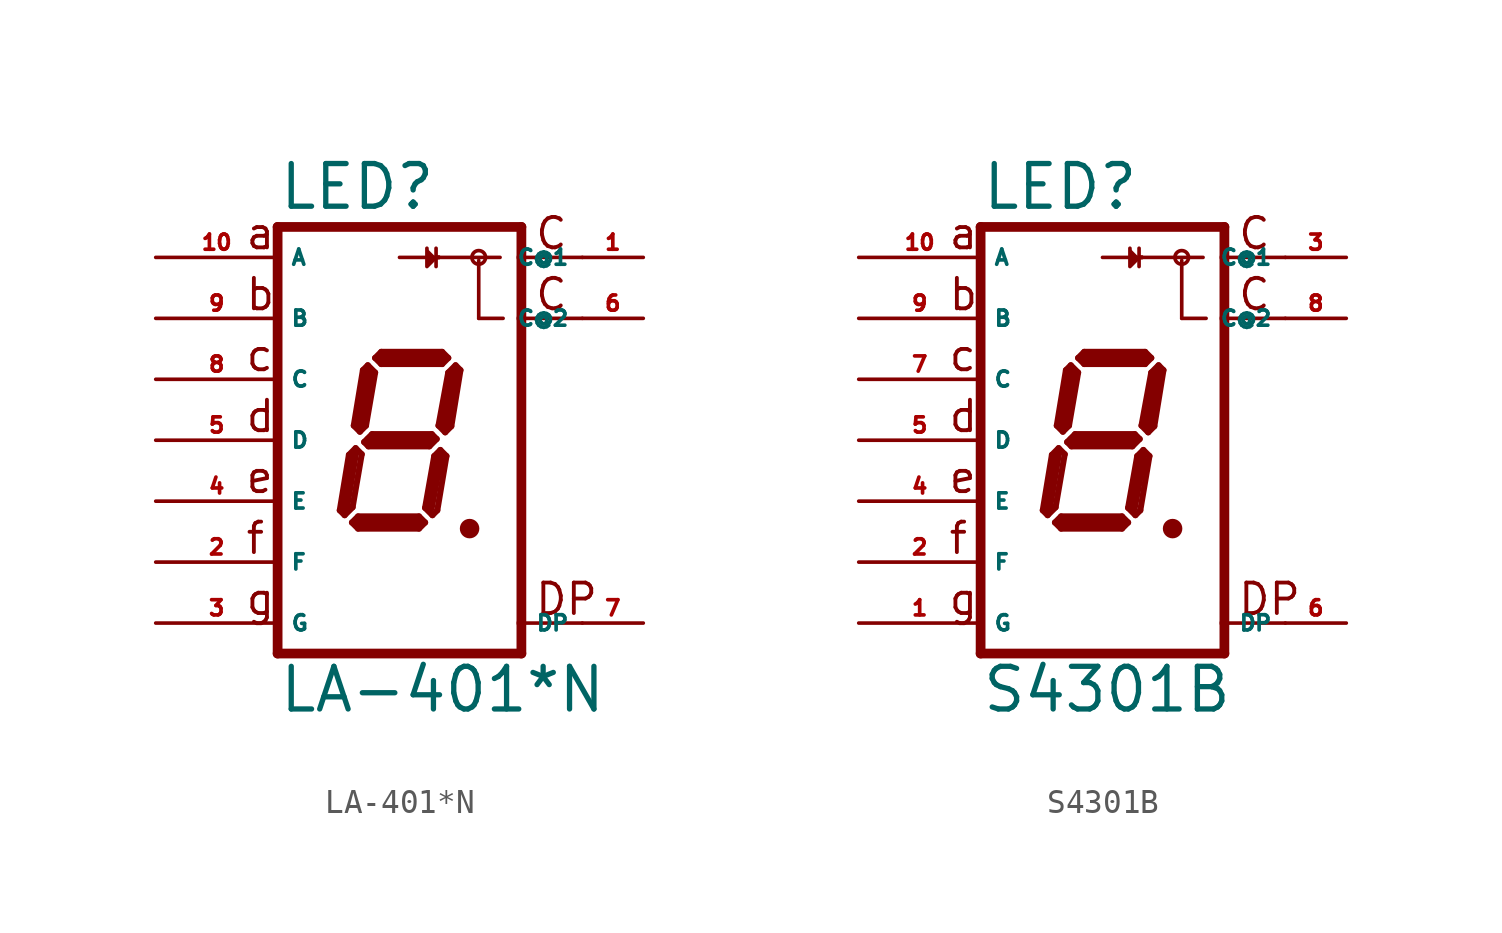
<source format=kicad_sym>
(kicad_symbol_lib
  (version 20220914)
  (generator Eagle2Kicad)
  (symbol "LA-401*N"
    (property "Reference" "LED"
      (at -5.08 9.525 0)
      (effects (font (size 1.778 1.778) (thickness 0.22)) (justify left bottom)))
    (property "Value" "LA-401*N"
      (at -5.08 -11.43 0)
      (effects (font (size 1.778 1.778) (thickness 0.22)) (justify left bottom)))
    (polyline
      (pts (xy 1.524 7.62) (xy 1.143 7.239) (xy 1.143 8.001))
      (stroke (width 0.152) (type default))
      (fill (type outline)))
    (polyline
      (pts (xy 2.794 -3.683) (xy 3.048 -3.683))
      (stroke (width 0.305) (type default))
      (fill (type none)))
    (polyline
      (pts (xy 2.337 3.124) (xy 2.032 2.819))
      (stroke (width 0.254) (type default))
      (fill (type none)))
    (polyline
      (pts (xy 2.032 2.819) (xy 1.626 0.61))
      (stroke (width 0.254) (type default))
      (fill (type none)))
    (polyline
      (pts (xy 1.626 0.61) (xy 1.905 0.33))
      (stroke (width 0.254) (type default))
      (fill (type none)))
    (polyline
      (pts (xy 1.905 0.33) (xy 2.159 0.584))
      (stroke (width 0.254) (type default))
      (fill (type none)))
    (polyline
      (pts (xy 2.159 0.584) (xy 2.54 2.921))
      (stroke (width 0.254) (type default))
      (fill (type none)))
    (polyline
      (pts (xy 2.54 2.921) (xy 2.337 3.124))
      (stroke (width 0.254) (type default))
      (fill (type none)))
    (polyline
      (pts (xy 2.032 3.429) (xy 1.778 3.175))
      (stroke (width 0.254) (type default))
      (fill (type none)))
    (polyline
      (pts (xy 1.778 3.175) (xy -0.762 3.175))
      (stroke (width 0.254) (type default))
      (fill (type none)))
    (polyline
      (pts (xy -0.762 3.175) (xy -1.016 3.429))
      (stroke (width 0.254) (type default))
      (fill (type none)))
    (polyline
      (pts (xy -1.016 3.429) (xy -0.762 3.683))
      (stroke (width 0.254) (type default))
      (fill (type none)))
    (polyline
      (pts (xy -0.762 3.683) (xy 1.778 3.683))
      (stroke (width 0.254) (type default))
      (fill (type none)))
    (polyline
      (pts (xy 1.778 3.683) (xy 2.032 3.429))
      (stroke (width 0.254) (type default))
      (fill (type none)))
    (polyline
      (pts (xy -1.321 3.124) (xy -1.016 2.819))
      (stroke (width 0.254) (type default))
      (fill (type none)))
    (polyline
      (pts (xy -1.016 2.819) (xy -1.397 0.61))
      (stroke (width 0.254) (type default))
      (fill (type none)))
    (polyline
      (pts (xy -1.397 0.61) (xy -1.651 0.356))
      (stroke (width 0.254) (type default))
      (fill (type none)))
    (polyline
      (pts (xy -1.651 0.356) (xy -1.905 0.61))
      (stroke (width 0.254) (type default))
      (fill (type none)))
    (polyline
      (pts (xy -1.905 0.61) (xy -1.524 2.921))
      (stroke (width 0.254) (type default))
      (fill (type none)))
    (polyline
      (pts (xy -1.524 2.921) (xy -1.321 3.124))
      (stroke (width 0.254) (type default))
      (fill (type none)))
    (polyline
      (pts (xy -1.473 -0.076) (xy -1.143 0.254))
      (stroke (width 0.254) (type default))
      (fill (type none)))
    (polyline
      (pts (xy -1.143 0.254) (xy 1.346 0.254))
      (stroke (width 0.254) (type default))
      (fill (type none)))
    (polyline
      (pts (xy 1.346 0.254) (xy 1.549 0.051))
      (stroke (width 0.254) (type default))
      (fill (type none)))
    (polyline
      (pts (xy 1.549 0.051) (xy 1.245 -0.254))
      (stroke (width 0.254) (type default))
      (fill (type none)))
    (polyline
      (pts (xy 1.245 -0.254) (xy -1.295 -0.254))
      (stroke (width 0.254) (type default))
      (fill (type none)))
    (polyline
      (pts (xy -1.295 -0.254) (xy -1.473 -0.076))
      (stroke (width 0.254) (type default))
      (fill (type none)))
    (polyline
      (pts (xy -1.829 -0.33) (xy -1.575 -0.584))
      (stroke (width 0.254) (type default))
      (fill (type none)))
    (polyline
      (pts (xy -2.286 -3.124) (xy -1.956 -2.794))
      (stroke (width 0.254) (type default))
      (fill (type none)))
    (polyline
      (pts (xy -1.956 -2.794) (xy -1.575 -0.584))
      (stroke (width 0.254) (type default))
      (fill (type none)))
    (polyline
      (pts (xy -1.829 -0.33) (xy -2.108 -0.61))
      (stroke (width 0.254) (type default))
      (fill (type none)))
    (polyline
      (pts (xy -2.108 -0.61) (xy -2.489 -2.921))
      (stroke (width 0.254) (type default))
      (fill (type none)))
    (polyline
      (pts (xy -2.489 -2.921) (xy -2.286 -3.124))
      (stroke (width 0.254) (type default))
      (fill (type none)))
    (polyline
      (pts (xy -1.981 -3.429) (xy -1.727 -3.175))
      (stroke (width 0.254) (type default))
      (fill (type none)))
    (polyline
      (pts (xy -1.727 -3.175) (xy 0.813 -3.175))
      (stroke (width 0.254) (type default))
      (fill (type none)))
    (polyline
      (pts (xy 0.813 -3.175) (xy 1.067 -3.429))
      (stroke (width 0.254) (type default))
      (fill (type none)))
    (polyline
      (pts (xy 1.067 -3.429) (xy 0.813 -3.683))
      (stroke (width 0.254) (type default))
      (fill (type none)))
    (polyline
      (pts (xy 0.813 -3.683) (xy -1.727 -3.683))
      (stroke (width 0.254) (type default))
      (fill (type none)))
    (polyline
      (pts (xy -1.727 -3.683) (xy -1.981 -3.429))
      (stroke (width 0.254) (type default))
      (fill (type none)))
    (polyline
      (pts (xy 1.702 -0.406) (xy 1.448 -0.66))
      (stroke (width 0.254) (type default))
      (fill (type none)))
    (polyline
      (pts (xy 1.448 -0.66) (xy 1.067 -2.819))
      (stroke (width 0.254) (type default))
      (fill (type none)))
    (polyline
      (pts (xy 1.067 -2.819) (xy 1.372 -3.124))
      (stroke (width 0.254) (type default))
      (fill (type none)))
    (polyline
      (pts (xy 1.372 -3.124) (xy 1.575 -2.921))
      (stroke (width 0.254) (type default))
      (fill (type none)))
    (polyline
      (pts (xy 1.575 -2.921) (xy 1.956 -0.66))
      (stroke (width 0.254) (type default))
      (fill (type none)))
    (polyline
      (pts (xy 1.956 -0.66) (xy 1.702 -0.406))
      (stroke (width 0.254) (type default))
      (fill (type none)))
    (polyline
      (pts (xy 2.286 2.794) (xy 1.905 0.635))
      (stroke (width 0.406) (type default))
      (fill (type none)))
    (polyline
      (pts (xy 1.778 3.429) (xy -0.762 3.429))
      (stroke (width 0.406) (type default))
      (fill (type none)))
    (polyline
      (pts (xy -1.27 2.794) (xy -1.651 0.635))
      (stroke (width 0.406) (type default))
      (fill (type none)))
    (polyline
      (pts (xy -1.27 0) (xy 1.27 0))
      (stroke (width 0.406) (type default))
      (fill (type none)))
    (polyline
      (pts (xy 1.651 -0.762) (xy 1.27 -2.794))
      (stroke (width 0.406) (type default))
      (fill (type none)))
    (polyline
      (pts (xy 0.762 -3.429) (xy -1.651 -3.429))
      (stroke (width 0.406) (type default))
      (fill (type none)))
    (polyline
      (pts (xy -2.286 -2.921) (xy -1.905 -0.635))
      (stroke (width 0.406) (type default))
      (fill (type none)))
    (polyline
      (pts (xy 5.08 8.89) (xy 5.08 7.62))
      (stroke (width 0.406) (type default))
      (fill (type none)))
    (polyline
      (pts (xy 5.08 7.62) (xy 5.08 5.08))
      (stroke (width 0.406) (type default))
      (fill (type none)))
    (polyline
      (pts (xy 5.08 5.08) (xy 5.08 -7.62))
      (stroke (width 0.406) (type default))
      (fill (type none)))
    (polyline
      (pts (xy 5.08 -7.62) (xy 5.08 -8.89))
      (stroke (width 0.406) (type default))
      (fill (type none)))
    (polyline
      (pts (xy -5.08 -8.89) (xy 5.08 -8.89))
      (stroke (width 0.406) (type default))
      (fill (type none)))
    (polyline
      (pts (xy -5.08 -8.89) (xy -5.08 8.89))
      (stroke (width 0.406) (type default))
      (fill (type none)))
    (polyline
      (pts (xy 5.08 8.89) (xy -5.08 8.89))
      (stroke (width 0.406) (type default))
      (fill (type none)))
    (polyline
      (pts (xy 7.62 7.62) (xy 5.08 7.62))
      (stroke (width 0.152) (type default))
      (fill (type none)))
    (polyline
      (pts (xy 7.62 5.08) (xy 5.08 5.08))
      (stroke (width 0.152) (type default))
      (fill (type none)))
    (polyline
      (pts (xy 7.62 -7.62) (xy 5.08 -7.62))
      (stroke (width 0.152) (type default))
      (fill (type none)))
    (polyline
      (pts (xy 4.191 7.62) (xy 1.524 7.62))
      (stroke (width 0.152) (type default))
      (fill (type none)))
    (polyline
      (pts (xy 1.524 7.62) (xy 1.651 7.62))
      (stroke (width 0.152) (type default))
      (fill (type none)))
    (polyline
      (pts (xy 1.651 7.62) (xy 0 7.62))
      (stroke (width 0.152) (type default))
      (fill (type none)))
    (polyline
      (pts (xy 1.524 7.239) (xy 1.524 7.62))
      (stroke (width 0.152) (type default))
      (fill (type none)))
    (polyline
      (pts (xy 1.524 7.62) (xy 1.524 8.001))
      (stroke (width 0.152) (type default))
      (fill (type none)))
    (polyline
      (pts (xy 1.524 7.62) (xy 1.651 7.62))
      (stroke (width 0.152) (type default))
      (fill (type none)))
    (polyline
      (pts (xy 3.302 7.493) (xy 3.302 5.08))
      (stroke (width 0.152) (type default))
      (fill (type none)))
    (polyline
      (pts (xy 3.302 5.08) (xy 4.318 5.08))
      (stroke (width 0.152) (type default))
      (fill (type none)))
    (text "a"
      (at -6.477 7.874 0)
      (effects (font (size 1.27 1.27) (thickness 0.16)) (justify left bottom)))
    (text "b"
      (at -6.477 5.334 0)
      (effects (font (size 1.27 1.27) (thickness 0.16)) (justify left bottom)))
    (text "c"
      (at -6.477 2.794 0)
      (effects (font (size 1.27 1.27) (thickness 0.16)) (justify left bottom)))
    (text "d"
      (at -6.477 0.254 0)
      (effects (font (size 1.27 1.27) (thickness 0.16)) (justify left bottom)))
    (text "e"
      (at -6.477 -2.286 0)
      (effects (font (size 1.27 1.27) (thickness 0.16)) (justify left bottom)))
    (text "f"
      (at -6.477 -4.826 0)
      (effects (font (size 1.27 1.27) (thickness 0.16)) (justify left bottom)))
    (text "g"
      (at -6.477 -7.366 0)
      (effects (font (size 1.27 1.27) (thickness 0.16)) (justify left bottom)))
    (text "DP"
      (at 5.588 -7.366 0)
      (effects (font (size 1.27 1.27) (thickness 0.16)) (justify left bottom)))
    (text "C"
      (at 5.588 7.874 0)
      (effects (font (size 1.27 1.27) (thickness 0.16)) (justify left bottom)))
    (text "C"
      (at 5.588 5.334 0)
      (effects (font (size 1.27 1.27) (thickness 0.16)) (justify left bottom)))
    (circle
      (center 2.921 -3.683)
      (radius 0.254)
      (stroke (width 0.305) (type default))
      (fill (type none)))
    (circle
      (center 3.302 7.62)
      (radius 0.284)
      (stroke (width 0) (type default))
      (fill (type none)))
    (pin passive line
      (at 10.16 -7.62 180)
      (length 2.54)
      (name "DP" (effects (font (size 0.635 0.635) (thickness 0.08)) (justify left bottom)))
      (number "7" (effects (font (size 0.635 0.635) (thickness 0.08)) (justify left bottom))))
    (pin passive line
      (at -10.16 -5.08 0)
      (length 5.08)
      (name "F" (effects (font (size 0.635 0.635) (thickness 0.08)) (justify left bottom)))
      (number "2" (effects (font (size 0.635 0.635) (thickness 0.08)) (justify left bottom))))
    (pin passive line
      (at -10.16 0 0)
      (length 5.08)
      (name "D" (effects (font (size 0.635 0.635) (thickness 0.08)) (justify left bottom)))
      (number "5" (effects (font (size 0.635 0.635) (thickness 0.08)) (justify left bottom))))
    (pin passive line
      (at -10.16 5.08 0)
      (length 5.08)
      (name "B" (effects (font (size 0.635 0.635) (thickness 0.08)) (justify left bottom)))
      (number "9" (effects (font (size 0.635 0.635) (thickness 0.08)) (justify left bottom))))
    (pin passive line
      (at -10.16 7.62 0)
      (length 5.08)
      (name "A" (effects (font (size 0.635 0.635) (thickness 0.08)) (justify left bottom)))
      (number "10" (effects (font (size 0.635 0.635) (thickness 0.08)) (justify left bottom))))
    (pin passive line
      (at 10.16 7.62 180)
      (length 2.54)
      (name "C@1" (effects (font (size 0.635 0.635) (thickness 0.08)) (justify left bottom)))
      (number "1" (effects (font (size 0.635 0.635) (thickness 0.08)) (justify left bottom))))
    (pin passive line
      (at -10.16 2.54 0)
      (length 5.08)
      (name "C" (effects (font (size 0.635 0.635) (thickness 0.08)) (justify left bottom)))
      (number "8" (effects (font (size 0.635 0.635) (thickness 0.08)) (justify left bottom))))
    (pin passive line
      (at -10.16 -2.54 0)
      (length 5.08)
      (name "E" (effects (font (size 0.635 0.635) (thickness 0.08)) (justify left bottom)))
      (number "4" (effects (font (size 0.635 0.635) (thickness 0.08)) (justify left bottom))))
    (pin passive line
      (at -10.16 -7.62 0)
      (length 5.08)
      (name "G" (effects (font (size 0.635 0.635) (thickness 0.08)) (justify left bottom)))
      (number "3" (effects (font (size 0.635 0.635) (thickness 0.08)) (justify left bottom))))
    (pin passive line
      (at 10.16 5.08 180)
      (length 2.54)
      (name "C@2" (effects (font (size 0.635 0.635) (thickness 0.08)) (justify left bottom)))
      (number "6" (effects (font (size 0.635 0.635) (thickness 0.08)) (justify left bottom)))))
  (symbol "S4301B"
    (property "Reference" "LED"
      (at -5.08 9.525 0)
      (effects (font (size 1.778 1.778) (thickness 0.22)) (justify left bottom)))
    (property "Value" "S4301B"
      (at -5.08 -11.43 0)
      (effects (font (size 1.778 1.778) (thickness 0.22)) (justify left bottom)))
    (polyline
      (pts (xy 1.524 7.62) (xy 1.143 7.239) (xy 1.143 8.001))
      (stroke (width 0.152) (type default))
      (fill (type outline)))
    (polyline
      (pts (xy 2.794 -3.683) (xy 3.048 -3.683))
      (stroke (width 0.305) (type default))
      (fill (type none)))
    (polyline
      (pts (xy 2.337 3.124) (xy 2.032 2.819))
      (stroke (width 0.254) (type default))
      (fill (type none)))
    (polyline
      (pts (xy 2.032 2.819) (xy 1.626 0.61))
      (stroke (width 0.254) (type default))
      (fill (type none)))
    (polyline
      (pts (xy 1.626 0.61) (xy 1.905 0.33))
      (stroke (width 0.254) (type default))
      (fill (type none)))
    (polyline
      (pts (xy 1.905 0.33) (xy 2.159 0.584))
      (stroke (width 0.254) (type default))
      (fill (type none)))
    (polyline
      (pts (xy 2.159 0.584) (xy 2.54 2.921))
      (stroke (width 0.254) (type default))
      (fill (type none)))
    (polyline
      (pts (xy 2.54 2.921) (xy 2.337 3.124))
      (stroke (width 0.254) (type default))
      (fill (type none)))
    (polyline
      (pts (xy 2.032 3.429) (xy 1.778 3.175))
      (stroke (width 0.254) (type default))
      (fill (type none)))
    (polyline
      (pts (xy 1.778 3.175) (xy -0.762 3.175))
      (stroke (width 0.254) (type default))
      (fill (type none)))
    (polyline
      (pts (xy -0.762 3.175) (xy -1.016 3.429))
      (stroke (width 0.254) (type default))
      (fill (type none)))
    (polyline
      (pts (xy -1.016 3.429) (xy -0.762 3.683))
      (stroke (width 0.254) (type default))
      (fill (type none)))
    (polyline
      (pts (xy -0.762 3.683) (xy 1.778 3.683))
      (stroke (width 0.254) (type default))
      (fill (type none)))
    (polyline
      (pts (xy 1.778 3.683) (xy 2.032 3.429))
      (stroke (width 0.254) (type default))
      (fill (type none)))
    (polyline
      (pts (xy -1.321 3.124) (xy -1.016 2.819))
      (stroke (width 0.254) (type default))
      (fill (type none)))
    (polyline
      (pts (xy -1.016 2.819) (xy -1.397 0.61))
      (stroke (width 0.254) (type default))
      (fill (type none)))
    (polyline
      (pts (xy -1.397 0.61) (xy -1.651 0.356))
      (stroke (width 0.254) (type default))
      (fill (type none)))
    (polyline
      (pts (xy -1.651 0.356) (xy -1.905 0.61))
      (stroke (width 0.254) (type default))
      (fill (type none)))
    (polyline
      (pts (xy -1.905 0.61) (xy -1.524 2.921))
      (stroke (width 0.254) (type default))
      (fill (type none)))
    (polyline
      (pts (xy -1.524 2.921) (xy -1.321 3.124))
      (stroke (width 0.254) (type default))
      (fill (type none)))
    (polyline
      (pts (xy -1.473 -0.076) (xy -1.143 0.254))
      (stroke (width 0.254) (type default))
      (fill (type none)))
    (polyline
      (pts (xy -1.143 0.254) (xy 1.346 0.254))
      (stroke (width 0.254) (type default))
      (fill (type none)))
    (polyline
      (pts (xy 1.346 0.254) (xy 1.549 0.051))
      (stroke (width 0.254) (type default))
      (fill (type none)))
    (polyline
      (pts (xy 1.549 0.051) (xy 1.245 -0.254))
      (stroke (width 0.254) (type default))
      (fill (type none)))
    (polyline
      (pts (xy 1.245 -0.254) (xy -1.295 -0.254))
      (stroke (width 0.254) (type default))
      (fill (type none)))
    (polyline
      (pts (xy -1.295 -0.254) (xy -1.473 -0.076))
      (stroke (width 0.254) (type default))
      (fill (type none)))
    (polyline
      (pts (xy -1.829 -0.33) (xy -1.575 -0.584))
      (stroke (width 0.254) (type default))
      (fill (type none)))
    (polyline
      (pts (xy -2.286 -3.124) (xy -1.956 -2.794))
      (stroke (width 0.254) (type default))
      (fill (type none)))
    (polyline
      (pts (xy -1.956 -2.794) (xy -1.575 -0.584))
      (stroke (width 0.254) (type default))
      (fill (type none)))
    (polyline
      (pts (xy -1.829 -0.33) (xy -2.108 -0.61))
      (stroke (width 0.254) (type default))
      (fill (type none)))
    (polyline
      (pts (xy -2.108 -0.61) (xy -2.489 -2.921))
      (stroke (width 0.254) (type default))
      (fill (type none)))
    (polyline
      (pts (xy -2.489 -2.921) (xy -2.286 -3.124))
      (stroke (width 0.254) (type default))
      (fill (type none)))
    (polyline
      (pts (xy -1.981 -3.429) (xy -1.727 -3.175))
      (stroke (width 0.254) (type default))
      (fill (type none)))
    (polyline
      (pts (xy -1.727 -3.175) (xy 0.813 -3.175))
      (stroke (width 0.254) (type default))
      (fill (type none)))
    (polyline
      (pts (xy 0.813 -3.175) (xy 1.067 -3.429))
      (stroke (width 0.254) (type default))
      (fill (type none)))
    (polyline
      (pts (xy 1.067 -3.429) (xy 0.813 -3.683))
      (stroke (width 0.254) (type default))
      (fill (type none)))
    (polyline
      (pts (xy 0.813 -3.683) (xy -1.727 -3.683))
      (stroke (width 0.254) (type default))
      (fill (type none)))
    (polyline
      (pts (xy -1.727 -3.683) (xy -1.981 -3.429))
      (stroke (width 0.254) (type default))
      (fill (type none)))
    (polyline
      (pts (xy 1.702 -0.406) (xy 1.448 -0.66))
      (stroke (width 0.254) (type default))
      (fill (type none)))
    (polyline
      (pts (xy 1.448 -0.66) (xy 1.067 -2.819))
      (stroke (width 0.254) (type default))
      (fill (type none)))
    (polyline
      (pts (xy 1.067 -2.819) (xy 1.372 -3.124))
      (stroke (width 0.254) (type default))
      (fill (type none)))
    (polyline
      (pts (xy 1.372 -3.124) (xy 1.575 -2.921))
      (stroke (width 0.254) (type default))
      (fill (type none)))
    (polyline
      (pts (xy 1.575 -2.921) (xy 1.956 -0.66))
      (stroke (width 0.254) (type default))
      (fill (type none)))
    (polyline
      (pts (xy 1.956 -0.66) (xy 1.702 -0.406))
      (stroke (width 0.254) (type default))
      (fill (type none)))
    (polyline
      (pts (xy 2.286 2.794) (xy 1.905 0.635))
      (stroke (width 0.406) (type default))
      (fill (type none)))
    (polyline
      (pts (xy 1.778 3.429) (xy -0.762 3.429))
      (stroke (width 0.406) (type default))
      (fill (type none)))
    (polyline
      (pts (xy -1.27 2.794) (xy -1.651 0.635))
      (stroke (width 0.406) (type default))
      (fill (type none)))
    (polyline
      (pts (xy -1.27 0) (xy 1.27 0))
      (stroke (width 0.406) (type default))
      (fill (type none)))
    (polyline
      (pts (xy 1.651 -0.762) (xy 1.27 -2.794))
      (stroke (width 0.406) (type default))
      (fill (type none)))
    (polyline
      (pts (xy 0.762 -3.429) (xy -1.651 -3.429))
      (stroke (width 0.406) (type default))
      (fill (type none)))
    (polyline
      (pts (xy -2.286 -2.921) (xy -1.905 -0.635))
      (stroke (width 0.406) (type default))
      (fill (type none)))
    (polyline
      (pts (xy 5.08 8.89) (xy 5.08 7.62))
      (stroke (width 0.406) (type default))
      (fill (type none)))
    (polyline
      (pts (xy 5.08 7.62) (xy 5.08 5.08))
      (stroke (width 0.406) (type default))
      (fill (type none)))
    (polyline
      (pts (xy 5.08 5.08) (xy 5.08 -7.62))
      (stroke (width 0.406) (type default))
      (fill (type none)))
    (polyline
      (pts (xy 5.08 -7.62) (xy 5.08 -8.89))
      (stroke (width 0.406) (type default))
      (fill (type none)))
    (polyline
      (pts (xy -5.08 -8.89) (xy 5.08 -8.89))
      (stroke (width 0.406) (type default))
      (fill (type none)))
    (polyline
      (pts (xy -5.08 -8.89) (xy -5.08 8.89))
      (stroke (width 0.406) (type default))
      (fill (type none)))
    (polyline
      (pts (xy 5.08 8.89) (xy -5.08 8.89))
      (stroke (width 0.406) (type default))
      (fill (type none)))
    (polyline
      (pts (xy 7.62 7.62) (xy 5.08 7.62))
      (stroke (width 0.152) (type default))
      (fill (type none)))
    (polyline
      (pts (xy 7.62 5.08) (xy 5.08 5.08))
      (stroke (width 0.152) (type default))
      (fill (type none)))
    (polyline
      (pts (xy 7.62 -7.62) (xy 5.08 -7.62))
      (stroke (width 0.152) (type default))
      (fill (type none)))
    (polyline
      (pts (xy 4.191 7.62) (xy 1.524 7.62))
      (stroke (width 0.152) (type default))
      (fill (type none)))
    (polyline
      (pts (xy 1.524 7.62) (xy 1.651 7.62))
      (stroke (width 0.152) (type default))
      (fill (type none)))
    (polyline
      (pts (xy 1.651 7.62) (xy 0 7.62))
      (stroke (width 0.152) (type default))
      (fill (type none)))
    (polyline
      (pts (xy 1.524 7.239) (xy 1.524 7.62))
      (stroke (width 0.152) (type default))
      (fill (type none)))
    (polyline
      (pts (xy 1.524 7.62) (xy 1.524 8.001))
      (stroke (width 0.152) (type default))
      (fill (type none)))
    (polyline
      (pts (xy 1.524 7.62) (xy 1.651 7.62))
      (stroke (width 0.152) (type default))
      (fill (type none)))
    (polyline
      (pts (xy 3.302 7.493) (xy 3.302 5.08))
      (stroke (width 0.152) (type default))
      (fill (type none)))
    (polyline
      (pts (xy 3.302 5.08) (xy 4.318 5.08))
      (stroke (width 0.152) (type default))
      (fill (type none)))
    (text "a"
      (at -6.477 7.874 0)
      (effects (font (size 1.27 1.27) (thickness 0.16)) (justify left bottom)))
    (text "b"
      (at -6.477 5.334 0)
      (effects (font (size 1.27 1.27) (thickness 0.16)) (justify left bottom)))
    (text "c"
      (at -6.477 2.794 0)
      (effects (font (size 1.27 1.27) (thickness 0.16)) (justify left bottom)))
    (text "d"
      (at -6.477 0.254 0)
      (effects (font (size 1.27 1.27) (thickness 0.16)) (justify left bottom)))
    (text "e"
      (at -6.477 -2.286 0)
      (effects (font (size 1.27 1.27) (thickness 0.16)) (justify left bottom)))
    (text "f"
      (at -6.477 -4.826 0)
      (effects (font (size 1.27 1.27) (thickness 0.16)) (justify left bottom)))
    (text "g"
      (at -6.477 -7.366 0)
      (effects (font (size 1.27 1.27) (thickness 0.16)) (justify left bottom)))
    (text "DP"
      (at 5.588 -7.366 0)
      (effects (font (size 1.27 1.27) (thickness 0.16)) (justify left bottom)))
    (text "C"
      (at 5.588 7.874 0)
      (effects (font (size 1.27 1.27) (thickness 0.16)) (justify left bottom)))
    (text "C"
      (at 5.588 5.334 0)
      (effects (font (size 1.27 1.27) (thickness 0.16)) (justify left bottom)))
    (circle
      (center 2.921 -3.683)
      (radius 0.254)
      (stroke (width 0.305) (type default))
      (fill (type none)))
    (circle
      (center 3.302 7.62)
      (radius 0.284)
      (stroke (width 0) (type default))
      (fill (type none)))
    (pin passive line
      (at 10.16 -7.62 180)
      (length 2.54)
      (name "DP" (effects (font (size 0.635 0.635) (thickness 0.08)) (justify left bottom)))
      (number "6" (effects (font (size 0.635 0.635) (thickness 0.08)) (justify left bottom))))
    (pin passive line
      (at -10.16 -5.08 0)
      (length 5.08)
      (name "F" (effects (font (size 0.635 0.635) (thickness 0.08)) (justify left bottom)))
      (number "2" (effects (font (size 0.635 0.635) (thickness 0.08)) (justify left bottom))))
    (pin passive line
      (at -10.16 0 0)
      (length 5.08)
      (name "D" (effects (font (size 0.635 0.635) (thickness 0.08)) (justify left bottom)))
      (number "5" (effects (font (size 0.635 0.635) (thickness 0.08)) (justify left bottom))))
    (pin passive line
      (at -10.16 5.08 0)
      (length 5.08)
      (name "B" (effects (font (size 0.635 0.635) (thickness 0.08)) (justify left bottom)))
      (number "9" (effects (font (size 0.635 0.635) (thickness 0.08)) (justify left bottom))))
    (pin passive line
      (at -10.16 7.62 0)
      (length 5.08)
      (name "A" (effects (font (size 0.635 0.635) (thickness 0.08)) (justify left bottom)))
      (number "10" (effects (font (size 0.635 0.635) (thickness 0.08)) (justify left bottom))))
    (pin passive line
      (at 10.16 7.62 180)
      (length 2.54)
      (name "C@1" (effects (font (size 0.635 0.635) (thickness 0.08)) (justify left bottom)))
      (number "3" (effects (font (size 0.635 0.635) (thickness 0.08)) (justify left bottom))))
    (pin passive line
      (at -10.16 2.54 0)
      (length 5.08)
      (name "C" (effects (font (size 0.635 0.635) (thickness 0.08)) (justify left bottom)))
      (number "7" (effects (font (size 0.635 0.635) (thickness 0.08)) (justify left bottom))))
    (pin passive line
      (at -10.16 -2.54 0)
      (length 5.08)
      (name "E" (effects (font (size 0.635 0.635) (thickness 0.08)) (justify left bottom)))
      (number "4" (effects (font (size 0.635 0.635) (thickness 0.08)) (justify left bottom))))
    (pin passive line
      (at -10.16 -7.62 0)
      (length 5.08)
      (name "G" (effects (font (size 0.635 0.635) (thickness 0.08)) (justify left bottom)))
      (number "1" (effects (font (size 0.635 0.635) (thickness 0.08)) (justify left bottom))))
    (pin passive line
      (at 10.16 5.08 180)
      (length 2.54)
      (name "C@2" (effects (font (size 0.635 0.635) (thickness 0.08)) (justify left bottom)))
      (number "8" (effects (font (size 0.635 0.635) (thickness 0.08)) (justify left bottom))))))
</source>
